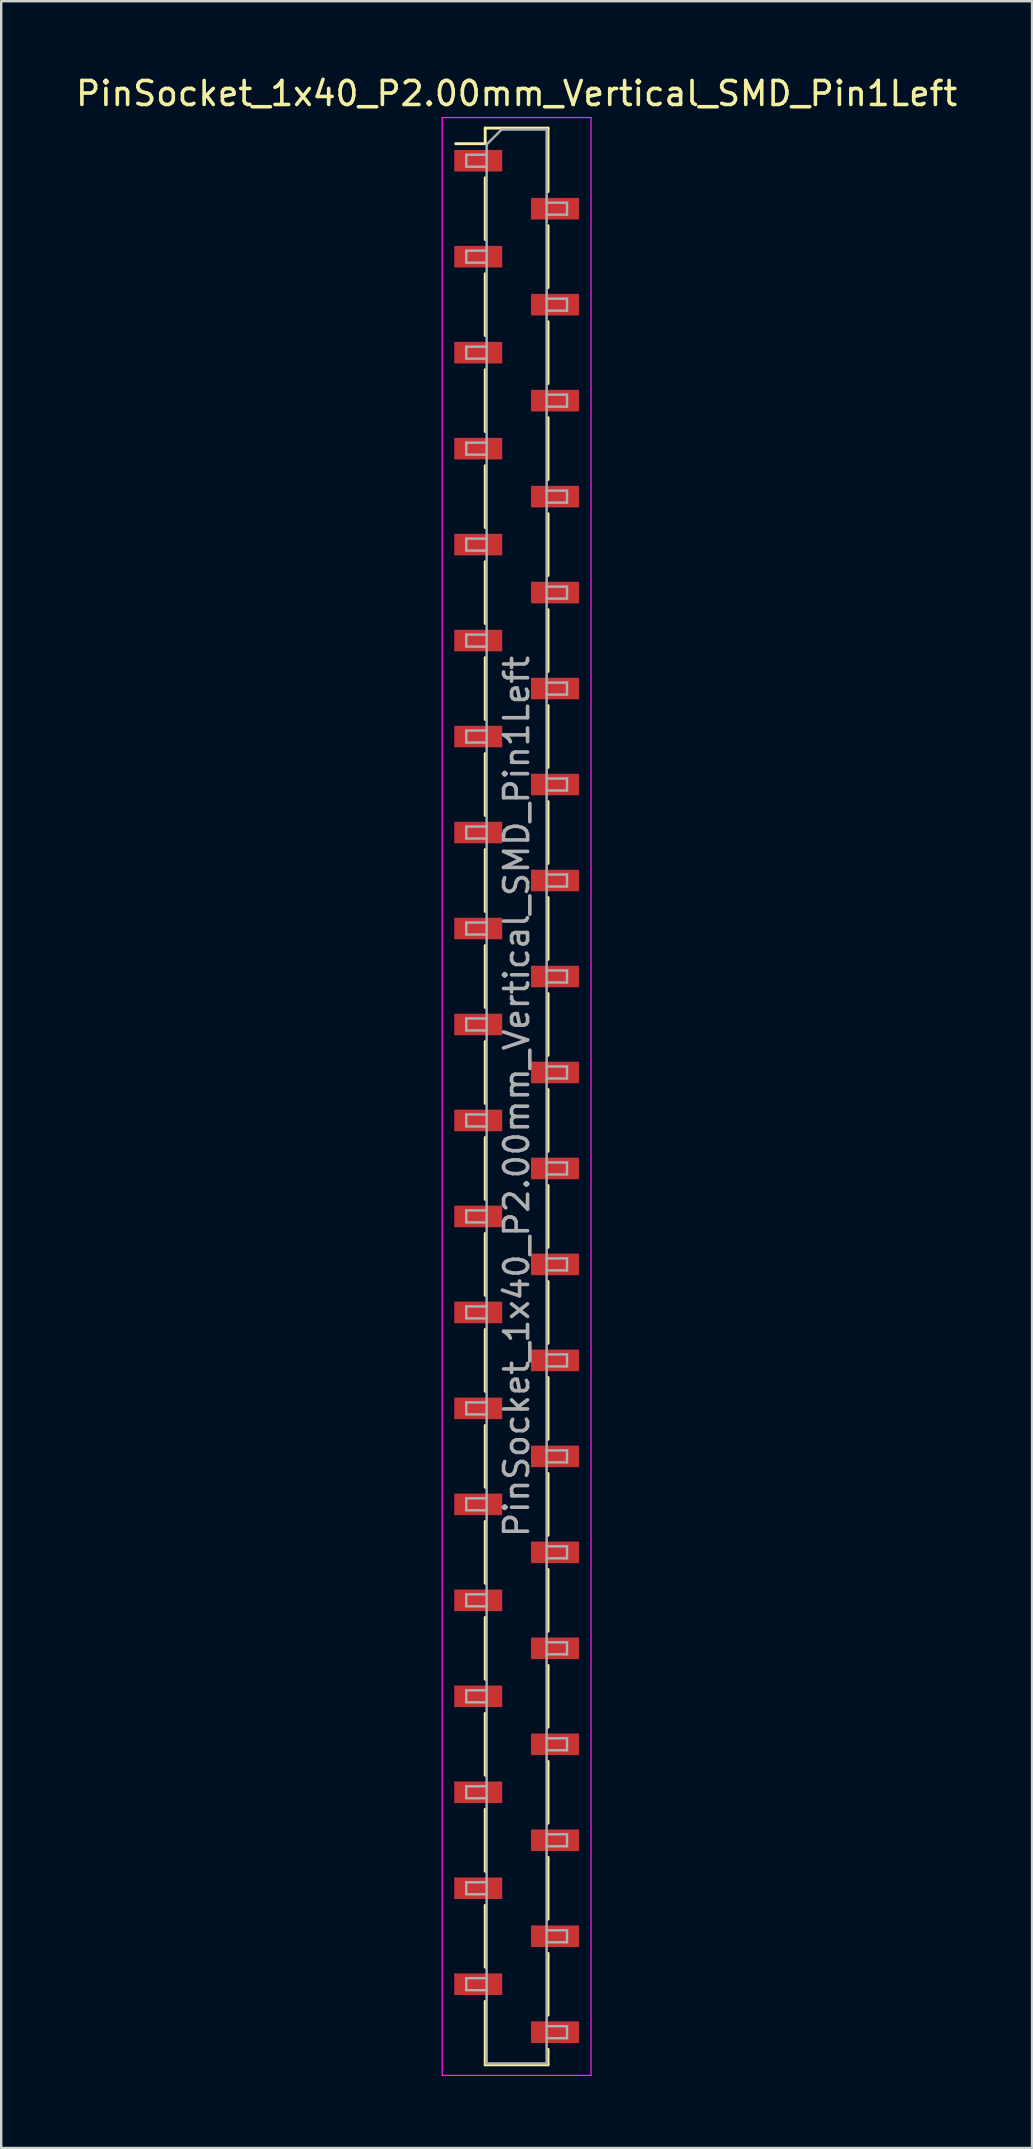
<source format=kicad_pcb>
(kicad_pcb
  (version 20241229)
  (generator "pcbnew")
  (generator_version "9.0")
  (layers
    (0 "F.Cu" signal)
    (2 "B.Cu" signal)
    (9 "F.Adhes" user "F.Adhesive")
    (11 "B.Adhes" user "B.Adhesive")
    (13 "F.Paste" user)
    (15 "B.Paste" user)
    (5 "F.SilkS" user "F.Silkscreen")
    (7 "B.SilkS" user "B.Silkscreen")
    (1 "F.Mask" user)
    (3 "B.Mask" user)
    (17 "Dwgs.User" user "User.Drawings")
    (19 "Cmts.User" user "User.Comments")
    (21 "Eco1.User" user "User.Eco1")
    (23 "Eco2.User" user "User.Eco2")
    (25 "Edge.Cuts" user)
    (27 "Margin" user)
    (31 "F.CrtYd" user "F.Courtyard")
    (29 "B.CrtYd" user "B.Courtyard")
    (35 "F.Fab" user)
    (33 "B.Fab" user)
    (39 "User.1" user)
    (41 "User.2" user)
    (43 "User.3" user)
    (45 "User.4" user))
  (footprint "PinSocket_1x40_P2.00mm_Vertical_SMD_Pin1Left"
    (layer "F.Cu")
    (at 18.482 42.648)
    (property "Reference" "PinSocket_1x40_P2.00mm_Vertical_SMD_Pin1Left" (at 0 -41.8 0) (layer "F.SilkS") (effects (font (size 1 1) (thickness 0.15))))
    (attr smd)
    (fp_line (start -2.54 -39.71) (end -1.31 -39.71) (stroke (width 0.12) (type solid)) (layer "F.SilkS"))
    (fp_line (start -1.31 -40.36) (end -1.31 -39.71) (stroke (width 0.12) (type solid)) (layer "F.SilkS"))
    (fp_line (start -1.31 -40.36) (end 1.31 -40.36) (stroke (width 0.12) (type solid)) (layer "F.SilkS"))
    (fp_line (start -1.31 -38.29) (end -1.31 -35.71) (stroke (width 0.12) (type solid)) (layer "F.SilkS"))
    (fp_line (start -1.31 -34.29) (end -1.31 -31.71) (stroke (width 0.12) (type solid)) (layer "F.SilkS"))
    (fp_line (start -1.31 -30.29) (end -1.31 -27.71) (stroke (width 0.12) (type solid)) (layer "F.SilkS"))
    (fp_line (start -1.31 -26.29) (end -1.31 -23.71) (stroke (width 0.12) (type solid)) (layer "F.SilkS"))
    (fp_line (start -1.31 -22.29) (end -1.31 -19.71) (stroke (width 0.12) (type solid)) (layer "F.SilkS"))
    (fp_line (start -1.31 -18.29) (end -1.31 -15.71) (stroke (width 0.12) (type solid)) (layer "F.SilkS"))
    (fp_line (start -1.31 -14.29) (end -1.31 -11.71) (stroke (width 0.12) (type solid)) (layer "F.SilkS"))
    (fp_line (start -1.31 -10.29) (end -1.31 -7.71) (stroke (width 0.12) (type solid)) (layer "F.SilkS"))
    (fp_line (start -1.31 -6.29) (end -1.31 -3.71) (stroke (width 0.12) (type solid)) (layer "F.SilkS"))
    (fp_line (start -1.31 -2.29) (end -1.31 0.29) (stroke (width 0.12) (type solid)) (layer "F.SilkS"))
    (fp_line (start -1.31 1.71) (end -1.31 4.29) (stroke (width 0.12) (type solid)) (layer "F.SilkS"))
    (fp_line (start -1.31 5.71) (end -1.31 8.29) (stroke (width 0.12) (type solid)) (layer "F.SilkS"))
    (fp_line (start -1.31 9.71) (end -1.31 12.29) (stroke (width 0.12) (type solid)) (layer "F.SilkS"))
    (fp_line (start -1.31 13.71) (end -1.31 16.29) (stroke (width 0.12) (type solid)) (layer "F.SilkS"))
    (fp_line (start -1.31 17.71) (end -1.31 20.29) (stroke (width 0.12) (type solid)) (layer "F.SilkS"))
    (fp_line (start -1.31 21.71) (end -1.31 24.29) (stroke (width 0.12) (type solid)) (layer "F.SilkS"))
    (fp_line (start -1.31 25.71) (end -1.31 28.29) (stroke (width 0.12) (type solid)) (layer "F.SilkS"))
    (fp_line (start -1.31 29.71) (end -1.31 32.29) (stroke (width 0.12) (type solid)) (layer "F.SilkS"))
    (fp_line (start -1.31 33.71) (end -1.31 36.29) (stroke (width 0.12) (type solid)) (layer "F.SilkS"))
    (fp_line (start -1.31 37.71) (end -1.31 40.36) (stroke (width 0.12) (type solid)) (layer "F.SilkS"))
    (fp_line (start -1.31 40.36) (end 1.31 40.36) (stroke (width 0.12) (type solid)) (layer "F.SilkS"))
    (fp_line (start 1.31 -40.36) (end 1.31 -37.71) (stroke (width 0.12) (type solid)) (layer "F.SilkS"))
    (fp_line (start 1.31 -36.29) (end 1.31 -33.71) (stroke (width 0.12) (type solid)) (layer "F.SilkS"))
    (fp_line (start 1.31 -32.29) (end 1.31 -29.71) (stroke (width 0.12) (type solid)) (layer "F.SilkS"))
    (fp_line (start 1.31 -28.29) (end 1.31 -25.71) (stroke (width 0.12) (type solid)) (layer "F.SilkS"))
    (fp_line (start 1.31 -24.29) (end 1.31 -21.71) (stroke (width 0.12) (type solid)) (layer "F.SilkS"))
    (fp_line (start 1.31 -20.29) (end 1.31 -17.71) (stroke (width 0.12) (type solid)) (layer "F.SilkS"))
    (fp_line (start 1.31 -16.29) (end 1.31 -13.71) (stroke (width 0.12) (type solid)) (layer "F.SilkS"))
    (fp_line (start 1.31 -12.29) (end 1.31 -9.71) (stroke (width 0.12) (type solid)) (layer "F.SilkS"))
    (fp_line (start 1.31 -8.29) (end 1.31 -5.71) (stroke (width 0.12) (type solid)) (layer "F.SilkS"))
    (fp_line (start 1.31 -4.29) (end 1.31 -1.71) (stroke (width 0.12) (type solid)) (layer "F.SilkS"))
    (fp_line (start 1.31 -0.29) (end 1.31 2.29) (stroke (width 0.12) (type solid)) (layer "F.SilkS"))
    (fp_line (start 1.31 3.71) (end 1.31 6.29) (stroke (width 0.12) (type solid)) (layer "F.SilkS"))
    (fp_line (start 1.31 7.71) (end 1.31 10.29) (stroke (width 0.12) (type solid)) (layer "F.SilkS"))
    (fp_line (start 1.31 11.71) (end 1.31 14.29) (stroke (width 0.12) (type solid)) (layer "F.SilkS"))
    (fp_line (start 1.31 15.71) (end 1.31 18.29) (stroke (width 0.12) (type solid)) (layer "F.SilkS"))
    (fp_line (start 1.31 19.71) (end 1.31 22.29) (stroke (width 0.12) (type solid)) (layer "F.SilkS"))
    (fp_line (start 1.31 23.71) (end 1.31 26.29) (stroke (width 0.12) (type solid)) (layer "F.SilkS"))
    (fp_line (start 1.31 27.71) (end 1.31 30.29) (stroke (width 0.12) (type solid)) (layer "F.SilkS"))
    (fp_line (start 1.31 31.71) (end 1.31 34.29) (stroke (width 0.12) (type solid)) (layer "F.SilkS"))
    (fp_line (start 1.31 35.71) (end 1.31 38.29) (stroke (width 0.12) (type solid)) (layer "F.SilkS"))
    (fp_line (start 1.31 39.71) (end 1.31 40.36) (stroke (width 0.12) (type solid)) (layer "F.SilkS"))
    (fp_line (start -3.1 -40.8) (end 3.1 -40.8) (stroke (width 0.05) (type solid)) (layer "F.CrtYd"))
    (fp_line (start -3.1 40.8) (end -3.1 -40.8) (stroke (width 0.05) (type solid)) (layer "F.CrtYd"))
    (fp_line (start 3.1 -40.8) (end 3.1 40.8) (stroke (width 0.05) (type solid)) (layer "F.CrtYd"))
    (fp_line (start 3.1 40.8) (end -3.1 40.8) (stroke (width 0.05) (type solid)) (layer "F.CrtYd"))
    (fp_line (start -2.1 -39.25) (end -1.25 -39.25) (stroke (width 0.1) (type solid)) (layer "F.Fab"))
    (fp_line (start -2.1 -38.75) (end -2.1 -39.25) (stroke (width 0.1) (type solid)) (layer "F.Fab"))
    (fp_line (start -2.1 -35.25) (end -1.25 -35.25) (stroke (width 0.1) (type solid)) (layer "F.Fab"))
    (fp_line (start -2.1 -34.75) (end -2.1 -35.25) (stroke (width 0.1) (type solid)) (layer "F.Fab"))
    (fp_line (start -2.1 -31.25) (end -1.25 -31.25) (stroke (width 0.1) (type solid)) (layer "F.Fab"))
    (fp_line (start -2.1 -30.75) (end -2.1 -31.25) (stroke (width 0.1) (type solid)) (layer "F.Fab"))
    (fp_line (start -2.1 -27.25) (end -1.25 -27.25) (stroke (width 0.1) (type solid)) (layer "F.Fab"))
    (fp_line (start -2.1 -26.75) (end -2.1 -27.25) (stroke (width 0.1) (type solid)) (layer "F.Fab"))
    (fp_line (start -2.1 -23.25) (end -1.25 -23.25) (stroke (width 0.1) (type solid)) (layer "F.Fab"))
    (fp_line (start -2.1 -22.75) (end -2.1 -23.25) (stroke (width 0.1) (type solid)) (layer "F.Fab"))
    (fp_line (start -2.1 -19.25) (end -1.25 -19.25) (stroke (width 0.1) (type solid)) (layer "F.Fab"))
    (fp_line (start -2.1 -18.75) (end -2.1 -19.25) (stroke (width 0.1) (type solid)) (layer "F.Fab"))
    (fp_line (start -2.1 -15.25) (end -1.25 -15.25) (stroke (width 0.1) (type solid)) (layer "F.Fab"))
    (fp_line (start -2.1 -14.75) (end -2.1 -15.25) (stroke (width 0.1) (type solid)) (layer "F.Fab"))
    (fp_line (start -2.1 -11.25) (end -1.25 -11.25) (stroke (width 0.1) (type solid)) (layer "F.Fab"))
    (fp_line (start -2.1 -10.75) (end -2.1 -11.25) (stroke (width 0.1) (type solid)) (layer "F.Fab"))
    (fp_line (start -2.1 -7.25) (end -1.25 -7.25) (stroke (width 0.1) (type solid)) (layer "F.Fab"))
    (fp_line (start -2.1 -6.75) (end -2.1 -7.25) (stroke (width 0.1) (type solid)) (layer "F.Fab"))
    (fp_line (start -2.1 -3.25) (end -1.25 -3.25) (stroke (width 0.1) (type solid)) (layer "F.Fab"))
    (fp_line (start -2.1 -2.75) (end -2.1 -3.25) (stroke (width 0.1) (type solid)) (layer "F.Fab"))
    (fp_line (start -2.1 0.75) (end -1.25 0.75) (stroke (width 0.1) (type solid)) (layer "F.Fab"))
    (fp_line (start -2.1 1.25) (end -2.1 0.75) (stroke (width 0.1) (type solid)) (layer "F.Fab"))
    (fp_line (start -2.1 4.75) (end -1.25 4.75) (stroke (width 0.1) (type solid)) (layer "F.Fab"))
    (fp_line (start -2.1 5.25) (end -2.1 4.75) (stroke (width 0.1) (type solid)) (layer "F.Fab"))
    (fp_line (start -2.1 8.75) (end -1.25 8.75) (stroke (width 0.1) (type solid)) (layer "F.Fab"))
    (fp_line (start -2.1 9.25) (end -2.1 8.75) (stroke (width 0.1) (type solid)) (layer "F.Fab"))
    (fp_line (start -2.1 12.75) (end -1.25 12.75) (stroke (width 0.1) (type solid)) (layer "F.Fab"))
    (fp_line (start -2.1 13.25) (end -2.1 12.75) (stroke (width 0.1) (type solid)) (layer "F.Fab"))
    (fp_line (start -2.1 16.75) (end -1.25 16.75) (stroke (width 0.1) (type solid)) (layer "F.Fab"))
    (fp_line (start -2.1 17.25) (end -2.1 16.75) (stroke (width 0.1) (type solid)) (layer "F.Fab"))
    (fp_line (start -2.1 20.75) (end -1.25 20.75) (stroke (width 0.1) (type solid)) (layer "F.Fab"))
    (fp_line (start -2.1 21.25) (end -2.1 20.75) (stroke (width 0.1) (type solid)) (layer "F.Fab"))
    (fp_line (start -2.1 24.75) (end -1.25 24.75) (stroke (width 0.1) (type solid)) (layer "F.Fab"))
    (fp_line (start -2.1 25.25) (end -2.1 24.75) (stroke (width 0.1) (type solid)) (layer "F.Fab"))
    (fp_line (start -2.1 28.75) (end -1.25 28.75) (stroke (width 0.1) (type solid)) (layer "F.Fab"))
    (fp_line (start -2.1 29.25) (end -2.1 28.75) (stroke (width 0.1) (type solid)) (layer "F.Fab"))
    (fp_line (start -2.1 32.75) (end -1.25 32.75) (stroke (width 0.1) (type solid)) (layer "F.Fab"))
    (fp_line (start -2.1 33.25) (end -2.1 32.75) (stroke (width 0.1) (type solid)) (layer "F.Fab"))
    (fp_line (start -2.1 36.75) (end -1.25 36.75) (stroke (width 0.1) (type solid)) (layer "F.Fab"))
    (fp_line (start -2.1 37.25) (end -2.1 36.75) (stroke (width 0.1) (type solid)) (layer "F.Fab"))
    (fp_line (start -1.25 -39.675) (end -0.625 -40.3) (stroke (width 0.1) (type solid)) (layer "F.Fab"))
    (fp_line (start -1.25 -38.75) (end -2.1 -38.75) (stroke (width 0.1) (type solid)) (layer "F.Fab"))
    (fp_line (start -1.25 -34.75) (end -2.1 -34.75) (stroke (width 0.1) (type solid)) (layer "F.Fab"))
    (fp_line (start -1.25 -30.75) (end -2.1 -30.75) (stroke (width 0.1) (type solid)) (layer "F.Fab"))
    (fp_line (start -1.25 -26.75) (end -2.1 -26.75) (stroke (width 0.1) (type solid)) (layer "F.Fab"))
    (fp_line (start -1.25 -22.75) (end -2.1 -22.75) (stroke (width 0.1) (type solid)) (layer "F.Fab"))
    (fp_line (start -1.25 -18.75) (end -2.1 -18.75) (stroke (width 0.1) (type solid)) (layer "F.Fab"))
    (fp_line (start -1.25 -14.75) (end -2.1 -14.75) (stroke (width 0.1) (type solid)) (layer "F.Fab"))
    (fp_line (start -1.25 -10.75) (end -2.1 -10.75) (stroke (width 0.1) (type solid)) (layer "F.Fab"))
    (fp_line (start -1.25 -6.75) (end -2.1 -6.75) (stroke (width 0.1) (type solid)) (layer "F.Fab"))
    (fp_line (start -1.25 -2.75) (end -2.1 -2.75) (stroke (width 0.1) (type solid)) (layer "F.Fab"))
    (fp_line (start -1.25 1.25) (end -2.1 1.25) (stroke (width 0.1) (type solid)) (layer "F.Fab"))
    (fp_line (start -1.25 5.25) (end -2.1 5.25) (stroke (width 0.1) (type solid)) (layer "F.Fab"))
    (fp_line (start -1.25 9.25) (end -2.1 9.25) (stroke (width 0.1) (type solid)) (layer "F.Fab"))
    (fp_line (start -1.25 13.25) (end -2.1 13.25) (stroke (width 0.1) (type solid)) (layer "F.Fab"))
    (fp_line (start -1.25 17.25) (end -2.1 17.25) (stroke (width 0.1) (type solid)) (layer "F.Fab"))
    (fp_line (start -1.25 21.25) (end -2.1 21.25) (stroke (width 0.1) (type solid)) (layer "F.Fab"))
    (fp_line (start -1.25 25.25) (end -2.1 25.25) (stroke (width 0.1) (type solid)) (layer "F.Fab"))
    (fp_line (start -1.25 29.25) (end -2.1 29.25) (stroke (width 0.1) (type solid)) (layer "F.Fab"))
    (fp_line (start -1.25 33.25) (end -2.1 33.25) (stroke (width 0.1) (type solid)) (layer "F.Fab"))
    (fp_line (start -1.25 37.25) (end -2.1 37.25) (stroke (width 0.1) (type solid)) (layer "F.Fab"))
    (fp_line (start -1.25 40.3) (end -1.25 -39.675) (stroke (width 0.1) (type solid)) (layer "F.Fab"))
    (fp_line (start -0.625 -40.3) (end 1.25 -40.3) (stroke (width 0.1) (type solid)) (layer "F.Fab"))
    (fp_line (start 1.25 -40.3) (end 1.25 40.3) (stroke (width 0.1) (type solid)) (layer "F.Fab"))
    (fp_line (start 1.25 -37.25) (end 2.1 -37.25) (stroke (width 0.1) (type solid)) (layer "F.Fab"))
    (fp_line (start 1.25 -33.25) (end 2.1 -33.25) (stroke (width 0.1) (type solid)) (layer "F.Fab"))
    (fp_line (start 1.25 -29.25) (end 2.1 -29.25) (stroke (width 0.1) (type solid)) (layer "F.Fab"))
    (fp_line (start 1.25 -25.25) (end 2.1 -25.25) (stroke (width 0.1) (type solid)) (layer "F.Fab"))
    (fp_line (start 1.25 -21.25) (end 2.1 -21.25) (stroke (width 0.1) (type solid)) (layer "F.Fab"))
    (fp_line (start 1.25 -17.25) (end 2.1 -17.25) (stroke (width 0.1) (type solid)) (layer "F.Fab"))
    (fp_line (start 1.25 -13.25) (end 2.1 -13.25) (stroke (width 0.1) (type solid)) (layer "F.Fab"))
    (fp_line (start 1.25 -9.25) (end 2.1 -9.25) (stroke (width 0.1) (type solid)) (layer "F.Fab"))
    (fp_line (start 1.25 -5.25) (end 2.1 -5.25) (stroke (width 0.1) (type solid)) (layer "F.Fab"))
    (fp_line (start 1.25 -1.25) (end 2.1 -1.25) (stroke (width 0.1) (type solid)) (layer "F.Fab"))
    (fp_line (start 1.25 2.75) (end 2.1 2.75) (stroke (width 0.1) (type solid)) (layer "F.Fab"))
    (fp_line (start 1.25 6.75) (end 2.1 6.75) (stroke (width 0.1) (type solid)) (layer "F.Fab"))
    (fp_line (start 1.25 10.75) (end 2.1 10.75) (stroke (width 0.1) (type solid)) (layer "F.Fab"))
    (fp_line (start 1.25 14.75) (end 2.1 14.75) (stroke (width 0.1) (type solid)) (layer "F.Fab"))
    (fp_line (start 1.25 18.75) (end 2.1 18.75) (stroke (width 0.1) (type solid)) (layer "F.Fab"))
    (fp_line (start 1.25 22.75) (end 2.1 22.75) (stroke (width 0.1) (type solid)) (layer "F.Fab"))
    (fp_line (start 1.25 26.75) (end 2.1 26.75) (stroke (width 0.1) (type solid)) (layer "F.Fab"))
    (fp_line (start 1.25 30.75) (end 2.1 30.75) (stroke (width 0.1) (type solid)) (layer "F.Fab"))
    (fp_line (start 1.25 34.75) (end 2.1 34.75) (stroke (width 0.1) (type solid)) (layer "F.Fab"))
    (fp_line (start 1.25 38.75) (end 2.1 38.75) (stroke (width 0.1) (type solid)) (layer "F.Fab"))
    (fp_line (start 1.25 40.3) (end -1.25 40.3) (stroke (width 0.1) (type solid)) (layer "F.Fab"))
    (fp_line (start 2.1 -37.25) (end 2.1 -36.75) (stroke (width 0.1) (type solid)) (layer "F.Fab"))
    (fp_line (start 2.1 -36.75) (end 1.25 -36.75) (stroke (width 0.1) (type solid)) (layer "F.Fab"))
    (fp_line (start 2.1 -33.25) (end 2.1 -32.75) (stroke (width 0.1) (type solid)) (layer "F.Fab"))
    (fp_line (start 2.1 -32.75) (end 1.25 -32.75) (stroke (width 0.1) (type solid)) (layer "F.Fab"))
    (fp_line (start 2.1 -29.25) (end 2.1 -28.75) (stroke (width 0.1) (type solid)) (layer "F.Fab"))
    (fp_line (start 2.1 -28.75) (end 1.25 -28.75) (stroke (width 0.1) (type solid)) (layer "F.Fab"))
    (fp_line (start 2.1 -25.25) (end 2.1 -24.75) (stroke (width 0.1) (type solid)) (layer "F.Fab"))
    (fp_line (start 2.1 -24.75) (end 1.25 -24.75) (stroke (width 0.1) (type solid)) (layer "F.Fab"))
    (fp_line (start 2.1 -21.25) (end 2.1 -20.75) (stroke (width 0.1) (type solid)) (layer "F.Fab"))
    (fp_line (start 2.1 -20.75) (end 1.25 -20.75) (stroke (width 0.1) (type solid)) (layer "F.Fab"))
    (fp_line (start 2.1 -17.25) (end 2.1 -16.75) (stroke (width 0.1) (type solid)) (layer "F.Fab"))
    (fp_line (start 2.1 -16.75) (end 1.25 -16.75) (stroke (width 0.1) (type solid)) (layer "F.Fab"))
    (fp_line (start 2.1 -13.25) (end 2.1 -12.75) (stroke (width 0.1) (type solid)) (layer "F.Fab"))
    (fp_line (start 2.1 -12.75) (end 1.25 -12.75) (stroke (width 0.1) (type solid)) (layer "F.Fab"))
    (fp_line (start 2.1 -9.25) (end 2.1 -8.75) (stroke (width 0.1) (type solid)) (layer "F.Fab"))
    (fp_line (start 2.1 -8.75) (end 1.25 -8.75) (stroke (width 0.1) (type solid)) (layer "F.Fab"))
    (fp_line (start 2.1 -5.25) (end 2.1 -4.75) (stroke (width 0.1) (type solid)) (layer "F.Fab"))
    (fp_line (start 2.1 -4.75) (end 1.25 -4.75) (stroke (width 0.1) (type solid)) (layer "F.Fab"))
    (fp_line (start 2.1 -1.25) (end 2.1 -0.75) (stroke (width 0.1) (type solid)) (layer "F.Fab"))
    (fp_line (start 2.1 -0.75) (end 1.25 -0.75) (stroke (width 0.1) (type solid)) (layer "F.Fab"))
    (fp_line (start 2.1 2.75) (end 2.1 3.25) (stroke (width 0.1) (type solid)) (layer "F.Fab"))
    (fp_line (start 2.1 3.25) (end 1.25 3.25) (stroke (width 0.1) (type solid)) (layer "F.Fab"))
    (fp_line (start 2.1 6.75) (end 2.1 7.25) (stroke (width 0.1) (type solid)) (layer "F.Fab"))
    (fp_line (start 2.1 7.25) (end 1.25 7.25) (stroke (width 0.1) (type solid)) (layer "F.Fab"))
    (fp_line (start 2.1 10.75) (end 2.1 11.25) (stroke (width 0.1) (type solid)) (layer "F.Fab"))
    (fp_line (start 2.1 11.25) (end 1.25 11.25) (stroke (width 0.1) (type solid)) (layer "F.Fab"))
    (fp_line (start 2.1 14.75) (end 2.1 15.25) (stroke (width 0.1) (type solid)) (layer "F.Fab"))
    (fp_line (start 2.1 15.25) (end 1.25 15.25) (stroke (width 0.1) (type solid)) (layer "F.Fab"))
    (fp_line (start 2.1 18.75) (end 2.1 19.25) (stroke (width 0.1) (type solid)) (layer "F.Fab"))
    (fp_line (start 2.1 19.25) (end 1.25 19.25) (stroke (width 0.1) (type solid)) (layer "F.Fab"))
    (fp_line (start 2.1 22.75) (end 2.1 23.25) (stroke (width 0.1) (type solid)) (layer "F.Fab"))
    (fp_line (start 2.1 23.25) (end 1.25 23.25) (stroke (width 0.1) (type solid)) (layer "F.Fab"))
    (fp_line (start 2.1 26.75) (end 2.1 27.25) (stroke (width 0.1) (type solid)) (layer "F.Fab"))
    (fp_line (start 2.1 27.25) (end 1.25 27.25) (stroke (width 0.1) (type solid)) (layer "F.Fab"))
    (fp_line (start 2.1 30.75) (end 2.1 31.25) (stroke (width 0.1) (type solid)) (layer "F.Fab"))
    (fp_line (start 2.1 31.25) (end 1.25 31.25) (stroke (width 0.1) (type solid)) (layer "F.Fab"))
    (fp_line (start 2.1 34.75) (end 2.1 35.25) (stroke (width 0.1) (type solid)) (layer "F.Fab"))
    (fp_line (start 2.1 35.25) (end 1.25 35.25) (stroke (width 0.1) (type solid)) (layer "F.Fab"))
    (fp_line (start 2.1 38.75) (end 2.1 39.25) (stroke (width 0.1) (type solid)) (layer "F.Fab"))
    (fp_line (start 2.1 39.25) (end 1.25 39.25) (stroke (width 0.1) (type solid)) (layer "F.Fab"))
    (fp_text user "${REFERENCE}" (at 0 0 90) (layer "F.Fab") (effects (font (size 1 1) (thickness 0.15))))
    (pad "1" smd rect (at -1.6 -39) (size 2 0.9) (layers "F.Cu" "F.Mask" "F.Paste"))
    (pad "2" smd rect (at 1.6 -37) (size 2 0.9) (layers "F.Cu" "F.Mask" "F.Paste"))
    (pad "3" smd rect (at -1.6 -35) (size 2 0.9) (layers "F.Cu" "F.Mask" "F.Paste"))
    (pad "4" smd rect (at 1.6 -33) (size 2 0.9) (layers "F.Cu" "F.Mask" "F.Paste"))
    (pad "5" smd rect (at -1.6 -31) (size 2 0.9) (layers "F.Cu" "F.Mask" "F.Paste"))
    (pad "6" smd rect (at 1.6 -29) (size 2 0.9) (layers "F.Cu" "F.Mask" "F.Paste"))
    (pad "7" smd rect (at -1.6 -27) (size 2 0.9) (layers "F.Cu" "F.Mask" "F.Paste"))
    (pad "8" smd rect (at 1.6 -25) (size 2 0.9) (layers "F.Cu" "F.Mask" "F.Paste"))
    (pad "9" smd rect (at -1.6 -23) (size 2 0.9) (layers "F.Cu" "F.Mask" "F.Paste"))
    (pad "10" smd rect (at 1.6 -21) (size 2 0.9) (layers "F.Cu" "F.Mask" "F.Paste"))
    (pad "11" smd rect (at -1.6 -19) (size 2 0.9) (layers "F.Cu" "F.Mask" "F.Paste"))
    (pad "12" smd rect (at 1.6 -17) (size 2 0.9) (layers "F.Cu" "F.Mask" "F.Paste"))
    (pad "13" smd rect (at -1.6 -15) (size 2 0.9) (layers "F.Cu" "F.Mask" "F.Paste"))
    (pad "14" smd rect (at 1.6 -13) (size 2 0.9) (layers "F.Cu" "F.Mask" "F.Paste"))
    (pad "15" smd rect (at -1.6 -11) (size 2 0.9) (layers "F.Cu" "F.Mask" "F.Paste"))
    (pad "16" smd rect (at 1.6 -9) (size 2 0.9) (layers "F.Cu" "F.Mask" "F.Paste"))
    (pad "17" smd rect (at -1.6 -7) (size 2 0.9) (layers "F.Cu" "F.Mask" "F.Paste"))
    (pad "18" smd rect (at 1.6 -5) (size 2 0.9) (layers "F.Cu" "F.Mask" "F.Paste"))
    (pad "19" smd rect (at -1.6 -3) (size 2 0.9) (layers "F.Cu" "F.Mask" "F.Paste"))
    (pad "20" smd rect (at 1.6 -1) (size 2 0.9) (layers "F.Cu" "F.Mask" "F.Paste"))
    (pad "21" smd rect (at -1.6 1) (size 2 0.9) (layers "F.Cu" "F.Mask" "F.Paste"))
    (pad "22" smd rect (at 1.6 3) (size 2 0.9) (layers "F.Cu" "F.Mask" "F.Paste"))
    (pad "23" smd rect (at -1.6 5) (size 2 0.9) (layers "F.Cu" "F.Mask" "F.Paste"))
    (pad "24" smd rect (at 1.6 7) (size 2 0.9) (layers "F.Cu" "F.Mask" "F.Paste"))
    (pad "25" smd rect (at -1.6 9) (size 2 0.9) (layers "F.Cu" "F.Mask" "F.Paste"))
    (pad "26" smd rect (at 1.6 11) (size 2 0.9) (layers "F.Cu" "F.Mask" "F.Paste"))
    (pad "27" smd rect (at -1.6 13) (size 2 0.9) (layers "F.Cu" "F.Mask" "F.Paste"))
    (pad "28" smd rect (at 1.6 15) (size 2 0.9) (layers "F.Cu" "F.Mask" "F.Paste"))
    (pad "29" smd rect (at -1.6 17) (size 2 0.9) (layers "F.Cu" "F.Mask" "F.Paste"))
    (pad "30" smd rect (at 1.6 19) (size 2 0.9) (layers "F.Cu" "F.Mask" "F.Paste"))
    (pad "31" smd rect (at -1.6 21) (size 2 0.9) (layers "F.Cu" "F.Mask" "F.Paste"))
    (pad "32" smd rect (at 1.6 23) (size 2 0.9) (layers "F.Cu" "F.Mask" "F.Paste"))
    (pad "33" smd rect (at -1.6 25) (size 2 0.9) (layers "F.Cu" "F.Mask" "F.Paste"))
    (pad "34" smd rect (at 1.6 27) (size 2 0.9) (layers "F.Cu" "F.Mask" "F.Paste"))
    (pad "35" smd rect (at -1.6 29) (size 2 0.9) (layers "F.Cu" "F.Mask" "F.Paste"))
    (pad "36" smd rect (at 1.6 31) (size 2 0.9) (layers "F.Cu" "F.Mask" "F.Paste"))
    (pad "37" smd rect (at -1.6 33) (size 2 0.9) (layers "F.Cu" "F.Mask" "F.Paste"))
    (pad "38" smd rect (at 1.6 35) (size 2 0.9) (layers "F.Cu" "F.Mask" "F.Paste"))
    (pad "39" smd rect (at -1.6 37) (size 2 0.9) (layers "F.Cu" "F.Mask" "F.Paste"))
    (pad "40" smd rect (at 1.6 39) (size 2 0.9) (layers "F.Cu" "F.Mask" "F.Paste")))
  (gr_rect
    (start -3 -3)
    (end 39.964 86.473)
    (stroke (width 0.1) (type default))
    (fill no)
    (layer "Edge.Cuts")))
</source>
